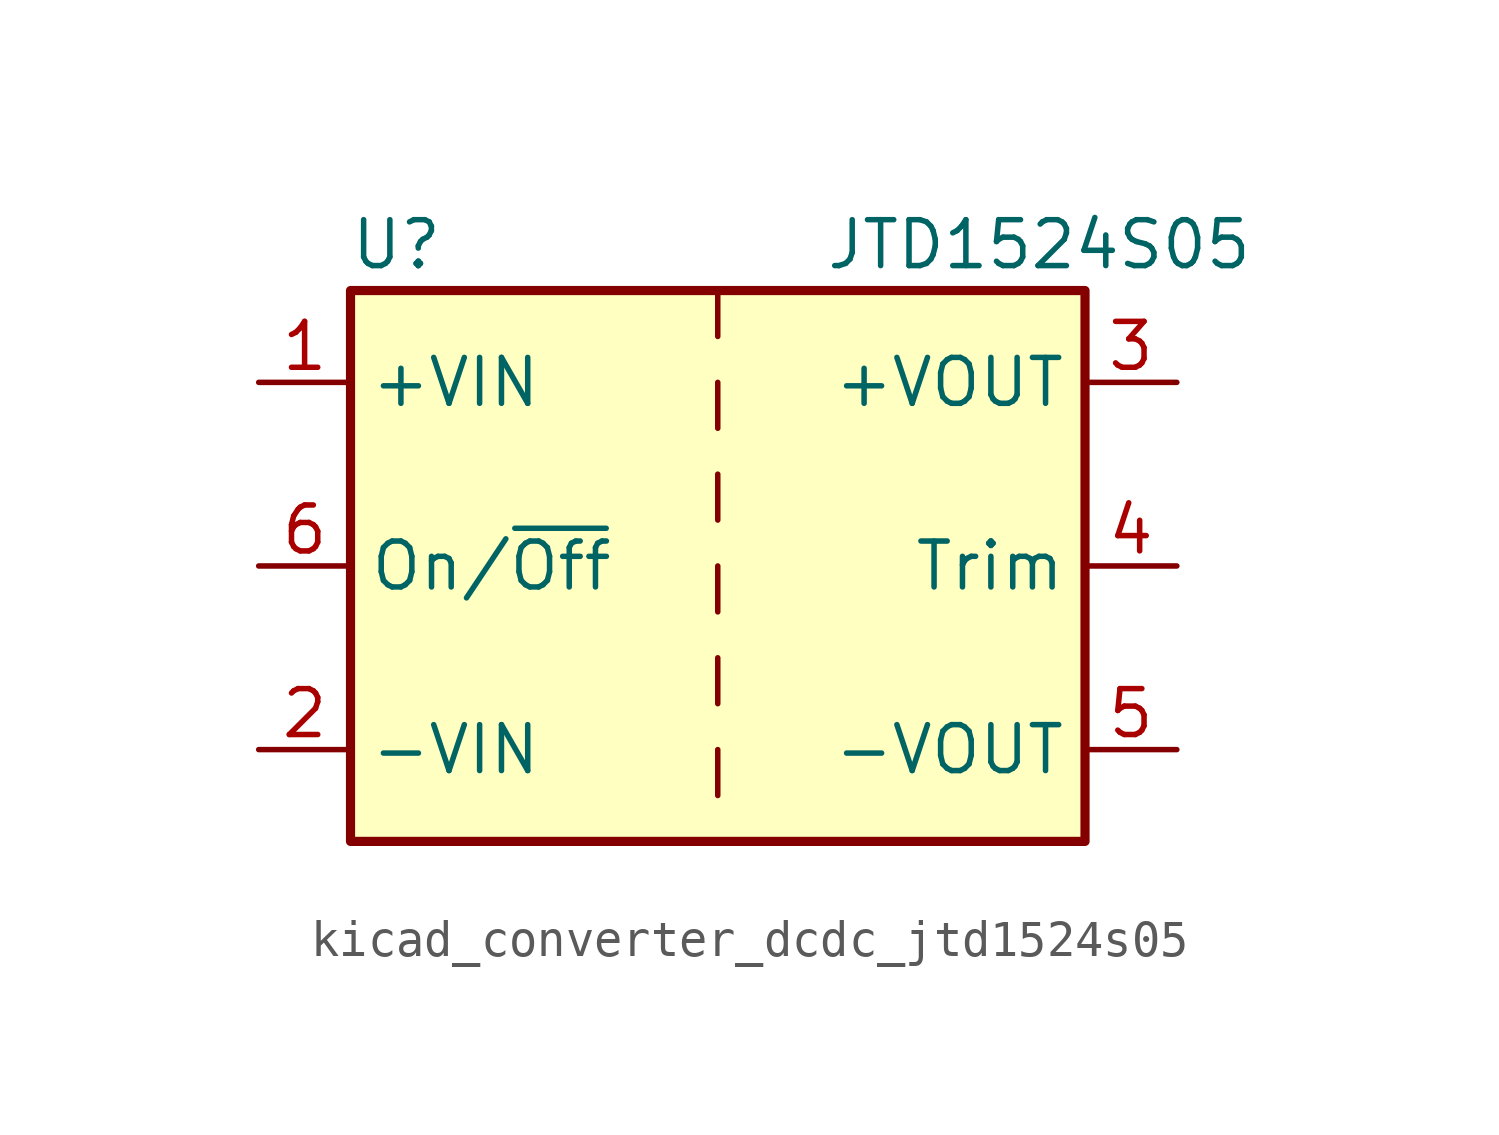
<source format=kicad_sym>
(kicad_symbol_lib
  (version 20220914)
  (generator kicad_symbol_editor)
  (symbol "kicad_converter_dcdc_jtd1524s05"
    (property "Reference" "U"
      (at -8.89 8.89 0)
      (effects (font (size 1.27 1.27))))
    (property "Value" "JTD1524S05"
      (at 8.89 8.89 0)
      (effects (font (size 1.27 1.27))))
    (symbol "kicad_converter_dcdc_jtd1524s05_0_1"
      (rectangle (start -10.16 7.62) (end 10.16 -7.62) (stroke (width 0.254) (type default)) (fill (type background)))
      (polyline (pts (xy 0 -5.08) (xy 0 -6.35)) (stroke (width 0) (type default)) (fill (type none)))
      (polyline (pts (xy 0 -2.54) (xy 0 -3.81)) (stroke (width 0) (type default)) (fill (type none)))
      (polyline (pts (xy 0 0) (xy 0 -1.27)) (stroke (width 0) (type default)) (fill (type none)))
      (polyline (pts (xy 0 2.54) (xy 0 1.27)) (stroke (width 0) (type default)) (fill (type none)))
      (polyline (pts (xy 0 5.08) (xy 0 3.81)) (stroke (width 0) (type default)) (fill (type none)))
      (polyline (pts (xy 0 7.62) (xy 0 6.35)) (stroke (width 0) (type default)) (fill (type none))))
    (symbol "kicad_converter_dcdc_jtd1524s05_1_1"
      (pin power_in line (at -12.7 5.08 0) (length 2.54) (name "+VIN" (effects (font (size 1.27 1.27)))) (number "1" (effects (font (size 1.27 1.27)))))
      (pin power_in line (at -12.7 -5.08 0) (length 2.54) (name "-VIN" (effects (font (size 1.27 1.27)))) (number "2" (effects (font (size 1.27 1.27)))))
      (pin power_out line (at 12.7 5.08 180) (length 2.54) (name "+VOUT" (effects (font (size 1.27 1.27)))) (number "3" (effects (font (size 1.27 1.27)))))
      (pin input line (at 12.7 0 180) (length 2.54) (name "Trim" (effects (font (size 1.27 1.27)))) (number "4" (effects (font (size 1.27 1.27)))))
      (pin power_out line (at 12.7 -5.08 180) (length 2.54) (name "-VOUT" (effects (font (size 1.27 1.27)))) (number "5" (effects (font (size 1.27 1.27)))))
      (pin input line (at -12.7 0 0) (length 2.54) (name "On/~{Off}" (effects (font (size 1.27 1.27)))) (number "6" (effects (font (size 1.27 1.27))))))))
</source>
